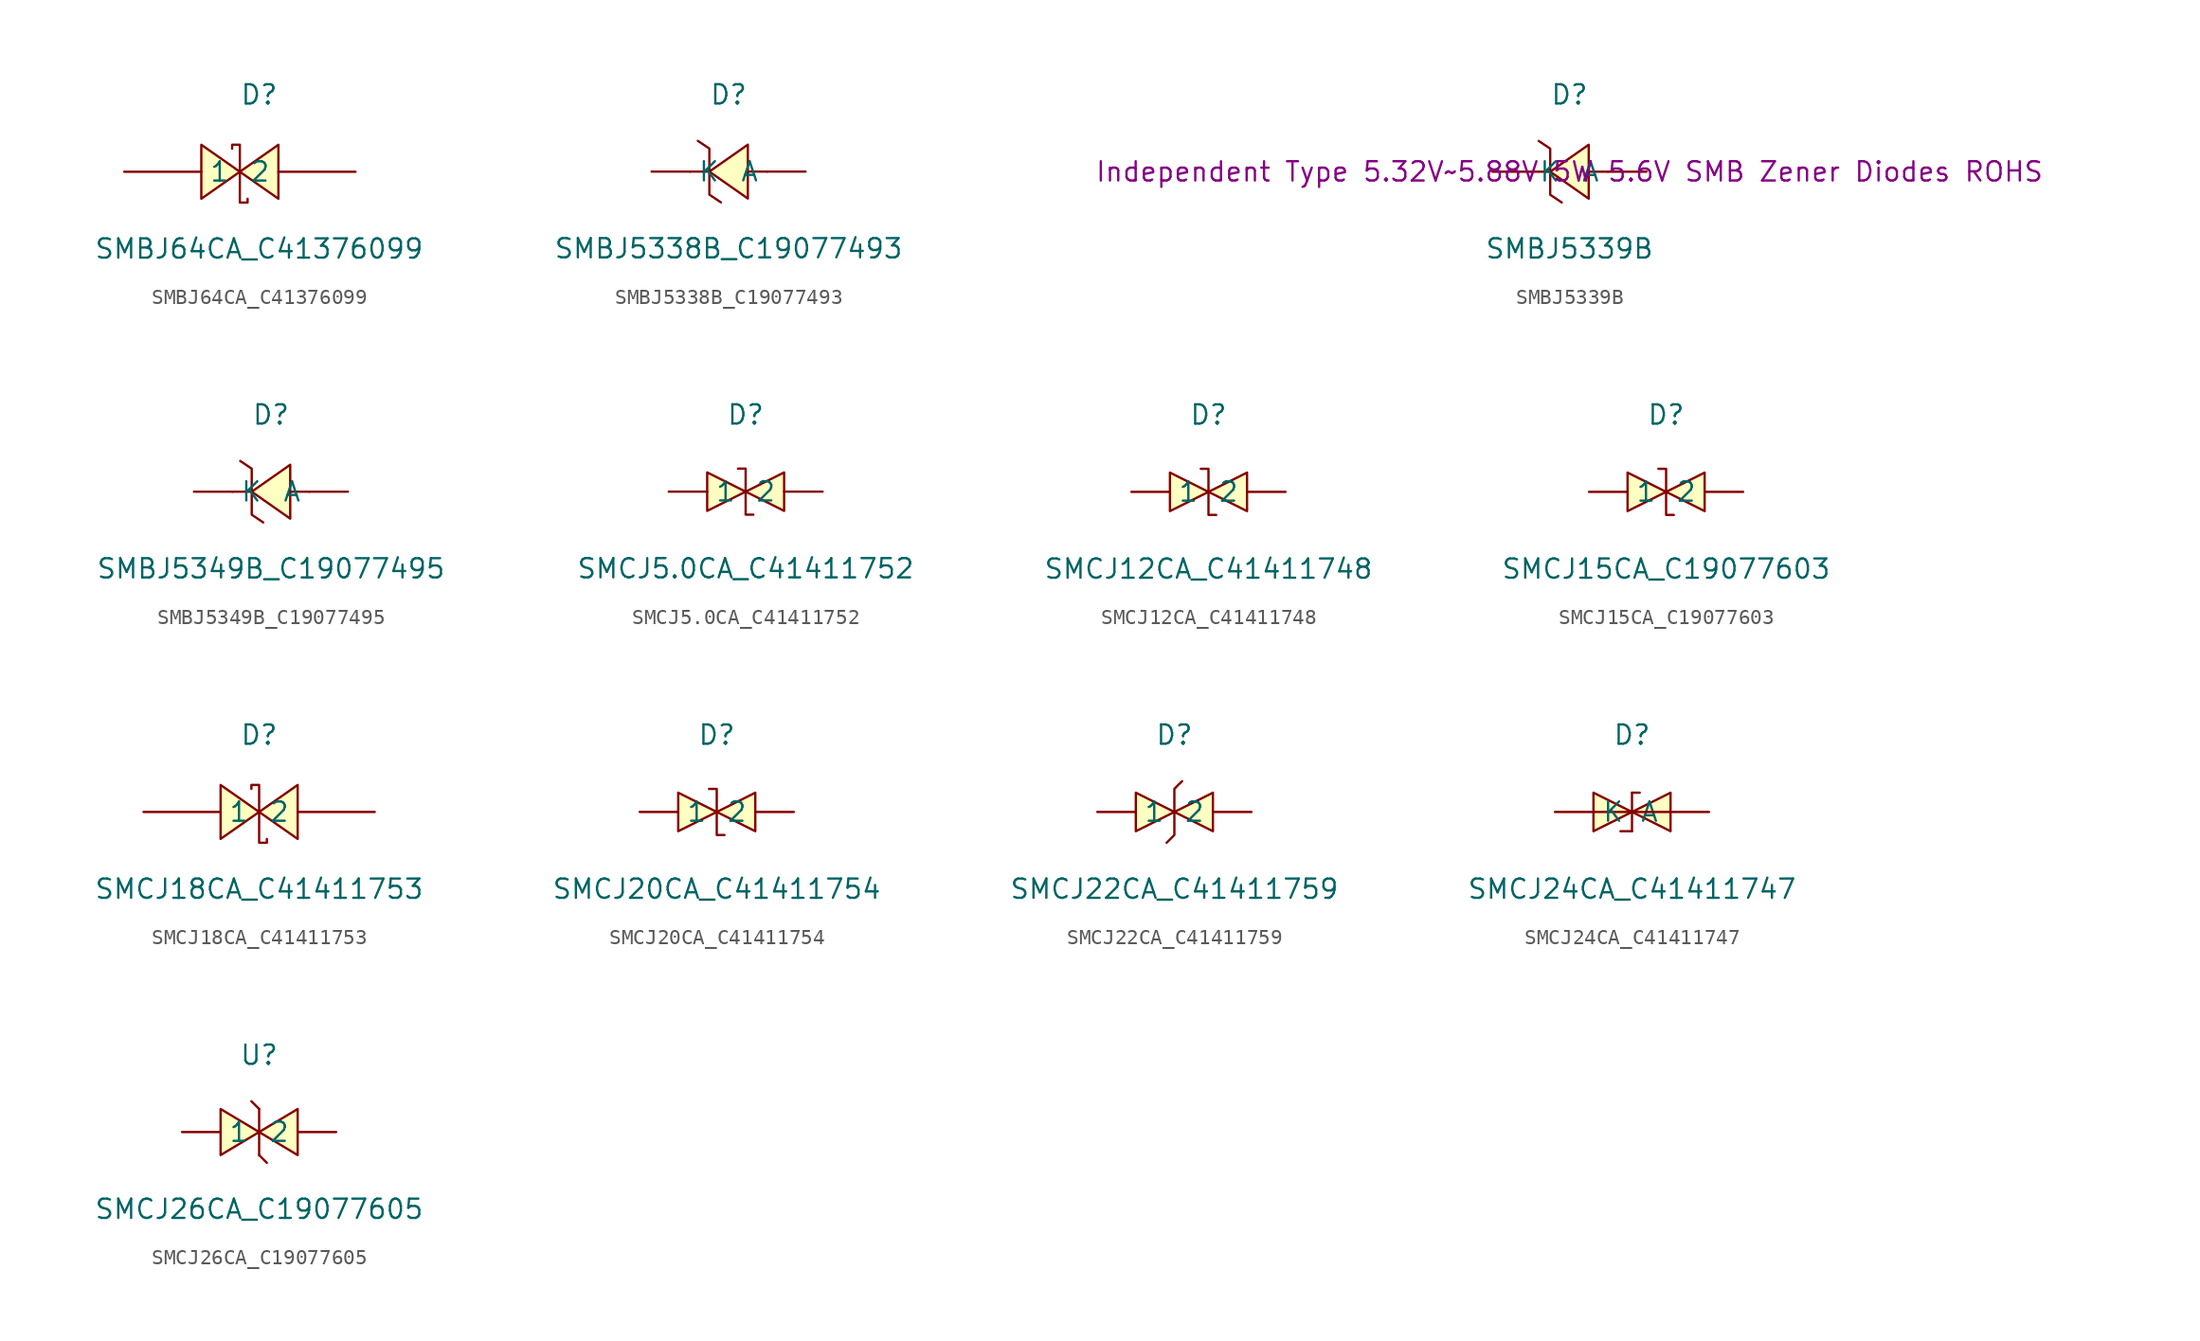
<source format=kicad_sym>
(kicad_symbol_lib
  (version 20241209)
  (generator "kicad_symbol_editor")
  (generator_version "9.0")
  (symbol "SMBJ64CA_C41376099"
    (pin_numbers
      (hide yes))
    (property "Reference" "D"
      (at 0 5.08 0)
      (effects (font (size 1.27 1.27))))
    (property "Value" "SMBJ64CA_C41376099"
      (at 0 -5.08 0)
      (effects (font (size 1.27 1.27))))
    (symbol "SMBJ64CA_C41376099_0_1"
      (polyline (pts (xy -3.81 -1.78) (xy -1.27 0) (xy -3.81 1.78) (xy -3.81 -1.78)) (stroke (width 0) (type default)) (fill (type background)))
      (polyline (pts (xy -1.78 1.52) (xy -1.78 1.78) (xy -1.27 1.78) (xy -1.27 -2.03) (xy -0.76 -2.03) (xy -0.76 -1.78)) (stroke (width 0) (type default)) (fill (type none)))
      (polyline (pts (xy 1.27 1.78) (xy -1.27 0) (xy 1.27 -1.78) (xy 1.27 1.78)) (stroke (width 0) (type default)) (fill (type background)))
      (pin unspecified line (at -8.89 0 0) (length 5.08) (name "1" (effects (font (size 1.27 1.27)))) (number "1" (effects (font (size 1.27 1.27)))))
      (pin unspecified line (at 6.35 0 180) (length 5.08) (name "2" (effects (font (size 1.27 1.27)))) (number "2" (effects (font (size 1.27 1.27)))))))
  (symbol "SMBJ5338B_C19077493"
    (pin_numbers
      (hide yes))
    (property "Reference" "D"
      (at 0 5.08 0)
      (effects (font (size 1.27 1.27))))
    (property "Value" "SMBJ5338B_C19077493"
      (at 0 -5.08 0)
      (effects (font (size 1.27 1.27))))
    (symbol "SMBJ5338B_C19077493_0_1"
      (polyline (pts (xy -2.03 2.03) (xy -1.27 1.52) (xy -1.27 -1.52) (xy -0.51 -2.03)) (stroke (width 0) (type default)) (fill (type none)))
      (polyline (pts (xy -1.27 0) (xy -2.54 0)) (stroke (width 0) (type default)) (fill (type none)))
      (polyline (pts (xy 1.27 1.78) (xy -1.27 0) (xy 1.27 -1.78) (xy 1.27 1.78)) (stroke (width 0) (type default)) (fill (type background)))
      (polyline (pts (xy 2.54 0) (xy 1.27 0)) (stroke (width 0) (type default)) (fill (type none)))
      (pin unspecified line (at -5.08 0 0) (length 2.54) (name "K" (effects (font (size 1.27 1.27)))) (number "1" (effects (font (size 1.27 1.27)))))
      (pin unspecified line (at 5.08 0 180) (length 2.54) (name "A" (effects (font (size 1.27 1.27)))) (number "2" (effects (font (size 1.27 1.27)))))))
  (symbol "SMBJ5339B"
    (pin_numbers
      (hide yes))
    (property "Reference" "D"
      (at 0 5.08 0)
      (effects (font (size 1.27 1.27))))
    (property "Value" "SMBJ5339B"
      (at 0 -5.08 0)
      (effects (font (size 1.27 1.27))))
    (property "Description" "Independent Type 5.32V~5.88V 5W 5.6V SMB Zener Diodes ROHS"
      (at 0 0 0)
      (effects (font (size 1.27 1.27))))
    (symbol "SMBJ5339B_0_1"
      (polyline (pts (xy -2.03 2.03) (xy -1.27 1.52) (xy -1.27 -1.52) (xy -0.51 -2.03)) (stroke (width 0) (type default)) (fill (type none)))
      (polyline (pts (xy -1.27 0) (xy -2.54 0)) (stroke (width 0) (type default)) (fill (type none)))
      (polyline (pts (xy 1.27 1.78) (xy -1.27 0) (xy 1.27 -1.78) (xy 1.27 1.78)) (stroke (width 0) (type default)) (fill (type background)))
      (polyline (pts (xy 2.54 0) (xy 1.27 0)) (stroke (width 0) (type default)) (fill (type none)))
      (pin unspecified line (at -5.08 0 0) (length 2.54) (name "K" (effects (font (size 1.27 1.27)))) (number "1" (effects (font (size 1.27 1.27)))))
      (pin unspecified line (at 5.08 0 180) (length 2.54) (name "A" (effects (font (size 1.27 1.27)))) (number "2" (effects (font (size 1.27 1.27)))))))
  (symbol "SMBJ5349B_C19077495"
    (pin_numbers
      (hide yes))
    (property "Reference" "D"
      (at 0 5.08 0)
      (effects (font (size 1.27 1.27))))
    (property "Value" "SMBJ5349B_C19077495"
      (at 0 -5.08 0)
      (effects (font (size 1.27 1.27))))
    (symbol "SMBJ5349B_C19077495_0_1"
      (polyline (pts (xy -2.03 2.03) (xy -1.27 1.52) (xy -1.27 -1.52) (xy -0.51 -2.03)) (stroke (width 0) (type default)) (fill (type none)))
      (polyline (pts (xy -1.27 0) (xy -2.54 0)) (stroke (width 0) (type default)) (fill (type none)))
      (polyline (pts (xy 1.27 1.78) (xy -1.27 0) (xy 1.27 -1.78) (xy 1.27 1.78)) (stroke (width 0) (type default)) (fill (type background)))
      (polyline (pts (xy 2.54 0) (xy 1.27 0)) (stroke (width 0) (type default)) (fill (type none)))
      (pin unspecified line (at -5.08 0 0) (length 2.54) (name "K" (effects (font (size 1.27 1.27)))) (number "1" (effects (font (size 1.27 1.27)))))
      (pin unspecified line (at 5.08 0 180) (length 2.54) (name "A" (effects (font (size 1.27 1.27)))) (number "2" (effects (font (size 1.27 1.27)))))))
  (symbol "SMCJ5.0CA_C41411752"
    (pin_numbers
      (hide yes))
    (property "Reference" "D"
      (at 0 5.08 0)
      (effects (font (size 1.27 1.27))))
    (property "Value" "SMCJ5.0CA_C41411752"
      (at 0 -5.08 0)
      (effects (font (size 1.27 1.27))))
    (symbol "SMCJ5.0CA_C41411752_0_1"
      (polyline (pts (xy -2.54 1.27) (xy 0 0) (xy -2.54 -1.27) (xy -2.54 1.27)) (stroke (width 0) (type default)) (fill (type background)))
      (polyline (pts (xy -0.51 1.52) (xy -0.51 1.52) (xy 0 1.52) (xy 0 -1.52) (xy 0.51 -1.52) (xy 0.51 -1.52)) (stroke (width 0) (type default)) (fill (type none)))
      (polyline (pts (xy 2.54 1.27) (xy 0 0) (xy 2.54 -1.27) (xy 2.54 1.27)) (stroke (width 0) (type default)) (fill (type background)))
      (pin unspecified line (at -5.08 0 0) (length 2.54) (name "1" (effects (font (size 1.27 1.27)))) (number "1" (effects (font (size 1.27 1.27)))))
      (pin unspecified line (at 5.08 0 180) (length 2.54) (name "2" (effects (font (size 1.27 1.27)))) (number "2" (effects (font (size 1.27 1.27)))))))
  (symbol "SMCJ12CA_C41411748"
    (pin_numbers
      (hide yes))
    (property "Reference" "D"
      (at 0 5.08 0)
      (effects (font (size 1.27 1.27))))
    (property "Value" "SMCJ12CA_C41411748"
      (at 0 -5.08 0)
      (effects (font (size 1.27 1.27))))
    (symbol "SMCJ12CA_C41411748_0_1"
      (polyline (pts (xy -2.54 1.27) (xy 0 0) (xy -2.54 -1.27) (xy -2.54 1.27)) (stroke (width 0) (type default)) (fill (type background)))
      (polyline (pts (xy -0.51 1.52) (xy -0.51 1.52) (xy 0 1.52) (xy 0 -1.52) (xy 0.51 -1.52) (xy 0.51 -1.52)) (stroke (width 0) (type default)) (fill (type none)))
      (polyline (pts (xy 2.54 1.27) (xy 0 0) (xy 2.54 -1.27) (xy 2.54 1.27)) (stroke (width 0) (type default)) (fill (type background)))
      (pin unspecified line (at -5.08 0 0) (length 2.54) (name "1" (effects (font (size 1.27 1.27)))) (number "1" (effects (font (size 1.27 1.27)))))
      (pin unspecified line (at 5.08 0 180) (length 2.54) (name "2" (effects (font (size 1.27 1.27)))) (number "2" (effects (font (size 1.27 1.27)))))))
  (symbol "SMCJ15CA_C19077603"
    (pin_numbers
      (hide yes))
    (property "Reference" "D"
      (at 0 5.08 0)
      (effects (font (size 1.27 1.27))))
    (property "Value" "SMCJ15CA_C19077603"
      (at 0 -5.08 0)
      (effects (font (size 1.27 1.27))))
    (symbol "SMCJ15CA_C19077603_0_1"
      (polyline (pts (xy -2.54 1.27) (xy 0 0) (xy -2.54 -1.27) (xy -2.54 1.27)) (stroke (width 0) (type default)) (fill (type background)))
      (polyline (pts (xy -0.51 1.52) (xy -0.51 1.52) (xy 0 1.52) (xy 0 -1.52) (xy 0.51 -1.52) (xy 0.51 -1.52)) (stroke (width 0) (type default)) (fill (type none)))
      (polyline (pts (xy 2.54 1.27) (xy 0 0) (xy 2.54 -1.27) (xy 2.54 1.27)) (stroke (width 0) (type default)) (fill (type background)))
      (pin unspecified line (at -5.08 0 0) (length 2.54) (name "1" (effects (font (size 1.27 1.27)))) (number "1" (effects (font (size 1.27 1.27)))))
      (pin unspecified line (at 5.08 0 180) (length 2.54) (name "2" (effects (font (size 1.27 1.27)))) (number "2" (effects (font (size 1.27 1.27)))))))
  (symbol "SMCJ18CA_C41411753"
    (pin_numbers
      (hide yes))
    (property "Reference" "D"
      (at 0 5.08 0)
      (effects (font (size 1.27 1.27))))
    (property "Value" "SMCJ18CA_C41411753"
      (at 0 -5.08 0)
      (effects (font (size 1.27 1.27))))
    (symbol "SMCJ18CA_C41411753_0_1"
      (polyline (pts (xy -2.54 -1.78) (xy 0 0) (xy -2.54 1.78) (xy -2.54 -1.78)) (stroke (width 0) (type default)) (fill (type background)))
      (polyline (pts (xy -0.51 1.52) (xy -0.51 1.78) (xy 0 1.78) (xy 0 -2.03) (xy 0.51 -2.03) (xy 0.51 -1.78)) (stroke (width 0) (type default)) (fill (type none)))
      (polyline (pts (xy 2.54 1.78) (xy 0 0) (xy 2.54 -1.78) (xy 2.54 1.78)) (stroke (width 0) (type default)) (fill (type background)))
      (pin unspecified line (at -7.62 0 0) (length 5.08) (name "1" (effects (font (size 1.27 1.27)))) (number "1" (effects (font (size 1.27 1.27)))))
      (pin unspecified line (at 7.62 0 180) (length 5.08) (name "2" (effects (font (size 1.27 1.27)))) (number "2" (effects (font (size 1.27 1.27)))))))
  (symbol "SMCJ20CA_C41411754"
    (pin_numbers
      (hide yes))
    (property "Reference" "D"
      (at 0 5.08 0)
      (effects (font (size 1.27 1.27))))
    (property "Value" "SMCJ20CA_C41411754"
      (at 0 -5.08 0)
      (effects (font (size 1.27 1.27))))
    (symbol "SMCJ20CA_C41411754_0_1"
      (polyline (pts (xy -2.54 1.27) (xy 0 0) (xy -2.54 -1.27) (xy -2.54 1.27)) (stroke (width 0) (type default)) (fill (type background)))
      (polyline (pts (xy -0.51 1.52) (xy -0.51 1.52) (xy 0 1.52) (xy 0 -1.52) (xy 0.51 -1.52) (xy 0.51 -1.52)) (stroke (width 0) (type default)) (fill (type none)))
      (polyline (pts (xy 2.54 1.27) (xy 0 0) (xy 2.54 -1.27) (xy 2.54 1.27)) (stroke (width 0) (type default)) (fill (type background)))
      (pin unspecified line (at -5.08 0 0) (length 2.54) (name "1" (effects (font (size 1.27 1.27)))) (number "1" (effects (font (size 1.27 1.27)))))
      (pin unspecified line (at 5.08 0 180) (length 2.54) (name "2" (effects (font (size 1.27 1.27)))) (number "2" (effects (font (size 1.27 1.27)))))))
  (symbol "SMCJ22CA_C41411759"
    (pin_numbers
      (hide yes))
    (property "Reference" "D"
      (at 0 5.08 0)
      (effects (font (size 1.27 1.27))))
    (property "Value" "SMCJ22CA_C41411759"
      (at 0 -5.08 0)
      (effects (font (size 1.27 1.27))))
    (symbol "SMCJ22CA_C41411759_0_1"
      (polyline (pts (xy -2.54 1.27) (xy 0 0) (xy -2.54 -1.27) (xy -2.54 1.27)) (stroke (width 0) (type default)) (fill (type background)))
      (polyline (pts (xy 0.51 2.03) (xy 0.25 1.78) (xy 0 1.52) (xy 0 -1.52) (xy -0.51 -2.03) (xy -0.51 -2.03)) (stroke (width 0) (type default)) (fill (type none)))
      (polyline (pts (xy 2.54 1.27) (xy 0 0) (xy 2.54 -1.27) (xy 2.54 1.27)) (stroke (width 0) (type default)) (fill (type background)))
      (pin unspecified line (at -5.08 0 0) (length 2.54) (name "1" (effects (font (size 1.27 1.27)))) (number "1" (effects (font (size 1.27 1.27)))))
      (pin unspecified line (at 5.08 0 180) (length 2.54) (name "2" (effects (font (size 1.27 1.27)))) (number "2" (effects (font (size 1.27 1.27)))))))
  (symbol "SMCJ24CA_C41411747"
    (pin_numbers
      (hide yes))
    (property "Reference" "D"
      (at 0 5.08 0)
      (effects (font (size 1.27 1.27))))
    (property "Value" "SMCJ24CA_C41411747"
      (at 0 -5.08 0)
      (effects (font (size 1.27 1.27))))
    (symbol "SMCJ24CA_C41411747_0_1"
      (polyline (pts (xy -2.54 -1.27) (xy 0 0) (xy -2.54 1.27) (xy -2.54 -1.27)) (stroke (width 0) (type default)) (fill (type background)))
      (polyline (pts (xy 0 1.27) (xy 0 0)) (stroke (width 0) (type default)) (fill (type none)))
      (polyline (pts (xy 0 0) (xy 0 -1.27)) (stroke (width 0) (type default)) (fill (type none)))
      (polyline (pts (xy 0 -1.27) (xy -0.76 -1.27)) (stroke (width 0) (type default)) (fill (type none)))
      (polyline (pts (xy 0.51 1.27) (xy 0 1.27)) (stroke (width 0) (type default)) (fill (type none)))
      (polyline (pts (xy 2.54 -1.27) (xy 0 0) (xy 2.54 1.27) (xy 2.54 -1.27)) (stroke (width 0) (type default)) (fill (type background)))
      (pin unspecified line (at -5.08 0 0) (length 5.08) (name "A" (effects (font (size 1.27 1.27)))) (number "2" (effects (font (size 1.27 1.27)))))
      (pin unspecified line (at 5.08 0 180) (length 5.08) (name "K" (effects (font (size 1.27 1.27)))) (number "1" (effects (font (size 1.27 1.27)))))))
  (symbol "SMCJ26CA_C19077605"
    (pin_numbers
      (hide yes))
    (property "Reference" "U"
      (at 0 5.08 0)
      (effects (font (size 1.27 1.27))))
    (property "Value" "SMCJ26CA_C19077605"
      (at 0 -5.08 0)
      (effects (font (size 1.27 1.27))))
    (symbol "SMCJ26CA_C19077605_0_1"
      (polyline (pts (xy -2.54 1.52) (xy 0 0) (xy -2.54 -1.52) (xy -2.54 1.52)) (stroke (width 0) (type default)) (fill (type background)))
      (polyline (pts (xy 0 1.52) (xy -0.51 2.03) (xy 0 1.52)) (stroke (width 0) (type default)) (fill (type background)))
      (polyline (pts (xy 0 -1.52) (xy 0 1.52)) (stroke (width 0) (type default)) (fill (type none)))
      (polyline (pts (xy 0 -1.52) (xy 0.51 -2.03) (xy 0 -1.52)) (stroke (width 0) (type default)) (fill (type background)))
      (polyline (pts (xy 2.54 1.52) (xy 0 0) (xy 2.54 -1.52) (xy 2.54 1.52)) (stroke (width 0) (type default)) (fill (type background)))
      (pin unspecified line (at -5.08 0 0) (length 2.54) (name "1" (effects (font (size 1.27 1.27)))) (number "1" (effects (font (size 1.27 1.27)))))
      (pin unspecified line (at 5.08 0 180) (length 2.54) (name "2" (effects (font (size 1.27 1.27)))) (number "2" (effects (font (size 1.27 1.27))))))))
</source>
